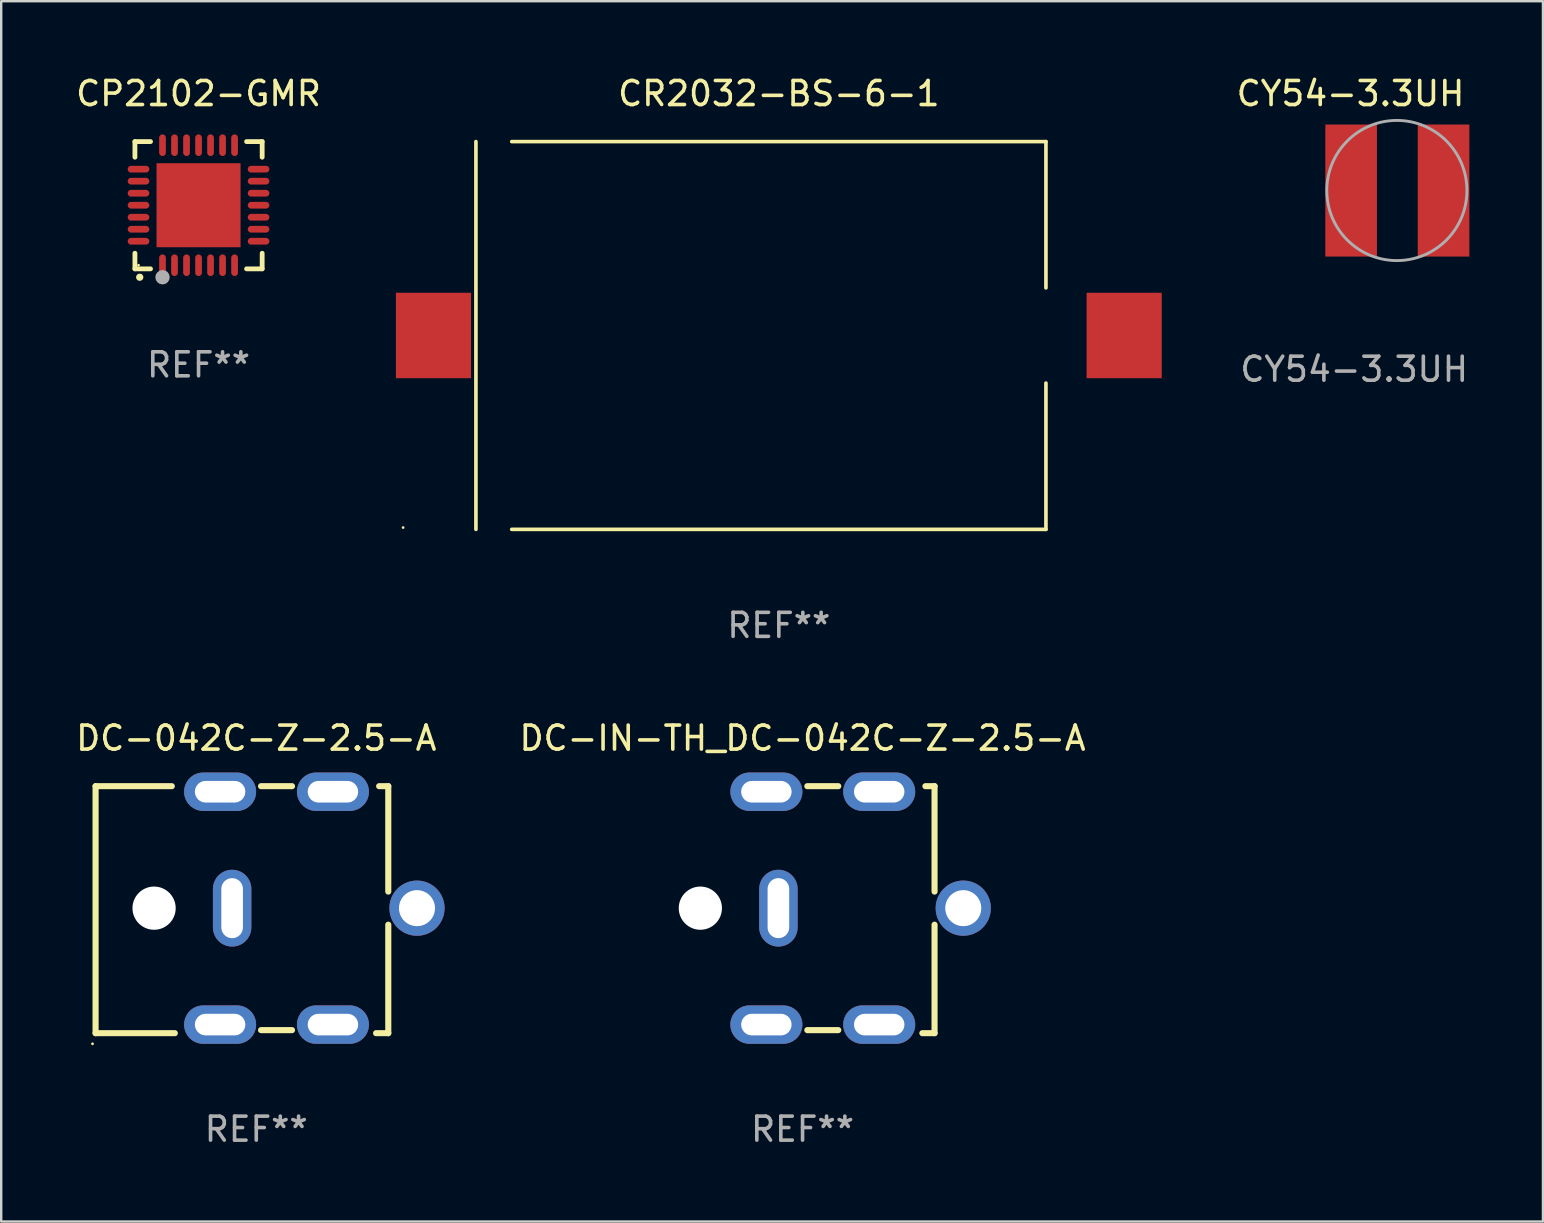
<source format=kicad_pcb>
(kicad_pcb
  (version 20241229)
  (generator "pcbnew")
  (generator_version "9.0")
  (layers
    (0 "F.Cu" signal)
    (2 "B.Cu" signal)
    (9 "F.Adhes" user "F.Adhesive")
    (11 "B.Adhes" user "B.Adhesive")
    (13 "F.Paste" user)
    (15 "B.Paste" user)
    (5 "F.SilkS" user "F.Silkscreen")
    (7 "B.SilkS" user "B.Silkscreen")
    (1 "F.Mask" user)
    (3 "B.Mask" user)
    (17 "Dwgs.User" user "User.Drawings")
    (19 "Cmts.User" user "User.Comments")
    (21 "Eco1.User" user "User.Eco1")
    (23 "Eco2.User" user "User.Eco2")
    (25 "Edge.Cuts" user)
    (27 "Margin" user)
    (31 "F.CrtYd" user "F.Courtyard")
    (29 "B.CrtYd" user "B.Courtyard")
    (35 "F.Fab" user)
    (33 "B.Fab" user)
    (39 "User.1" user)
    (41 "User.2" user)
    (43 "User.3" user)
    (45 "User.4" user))
  (footprint "CR2032-BS-6-1"
    (layer "F.Cu")
    (at 29.391 10.924)
    (property "Reference" "CR2032-BS-6-1" (at 0 -10.076 0) (layer "F.SilkS") (effects (font (size 1 1) (thickness 0.15))))
    (attr through_hole)
    (fp_line (start -12.617 -8.076) (end -12.617 8.076) (stroke (width 0.152) (type solid)) (layer "F.SilkS"))
    (fp_line (start -11.126 -8.076) (end 11.126 -8.076) (stroke (width 0.152) (type solid)) (layer "F.SilkS"))
    (fp_line (start -11.126 8.076) (end 11.126 8.076) (stroke (width 0.152) (type solid)) (layer "F.SilkS"))
    (fp_line (start 11.126 -8.076) (end 11.126 -1.983) (stroke (width 0.152) (type solid)) (layer "F.SilkS"))
    (fp_line (start 11.126 8.076) (end 11.126 1.983) (stroke (width 0.152) (type solid)) (layer "F.SilkS"))
    (fp_circle (center -15.65 8) (end -15.62 8) (stroke (width 0.06) (type solid)) (fill no) (layer "F.SilkS"))
    (fp_text user "REF**" (at 0 12.076 0) (layer "F.Fab") (effects (font (size 1 1) (thickness 0.15))))
    (pad "1" smd rect (at 14.385 0) (size 3.13 3.56) (layers "F.Cu" "F.Mask" "F.Paste"))
    (pad "2" smd rect (at -14.385 0) (size 3.13 3.56) (layers "F.Cu" "F.Mask" "F.Paste")))
  (footprint "DC-042C-Z-2.5-A"
    (layer "F.Cu")
    (at 7.625 34.841)
    (property "Reference" "DC-042C-Z-2.5-A" (at 0 -7.144 0) (layer "F.SilkS") (effects (font (size 1 1) (thickness 0.15))))
    (attr through_hole)
    (fp_line (start -6.694 -5.144) (end -6.694 5.144) (stroke (width 0.254) (type solid)) (layer "F.SilkS"))
    (fp_line (start -6.694 5.144) (end -3.392 5.144) (stroke (width 0.254) (type solid)) (layer "F.SilkS"))
    (fp_line (start -3.519 -5.144) (end -6.694 -5.144) (stroke (width 0.254) (type solid)) (layer "F.SilkS"))
    (fp_line (start 0.198 -5.144) (end 1.488 -5.144) (stroke (width 0.254) (type solid)) (layer "F.SilkS"))
    (fp_line (start 0.198 5.017) (end 1.488 5.017) (stroke (width 0.254) (type solid)) (layer "F.SilkS"))
    (fp_line (start 5.117 -5.144) (end 5.498 -5.144) (stroke (width 0.254) (type solid)) (layer "F.SilkS"))
    (fp_line (start 5.498 -5.144) (end 5.498 -0.753) (stroke (width 0.254) (type solid)) (layer "F.SilkS"))
    (fp_line (start 5.498 0.626) (end 5.498 5.144) (stroke (width 0.254) (type solid)) (layer "F.SilkS"))
    (fp_line (start 5.498 5.144) (end 4.99 5.144) (stroke (width 0.254) (type solid)) (layer "F.SilkS"))
    (fp_circle (center -6.821 5.587) (end -6.791 5.587) (stroke (width 0.06) (type solid)) (fill no) (layer "F.SilkS"))
    (fp_text user "REF**" (at 0 9.144 0) (layer "F.Fab") (effects (font (size 1 1) (thickness 0.15))))
    (pad "" np_thru_hole circle (at -4.257 -0.063) (size 1.8 1.8) (drill 1.8) (layers "*.Cu" "*.Mask"))
    (pad "1" thru_hole oval (at -1.507 -4.913 90) (size 1.6 3) (drill oval 0.9 2.1) (layers "*.Cu" "*.Mask"))
    (pad "1" thru_hole oval (at -1.507 4.787 90) (size 1.6 3) (drill oval 0.9 2.1) (layers "*.Cu" "*.Mask"))
    (pad "1" thru_hole oval (at 3.193 -4.913 90) (size 1.6 3) (drill oval 0.9 2.1) (layers "*.Cu" "*.Mask"))
    (pad "1" thru_hole oval (at 3.193 4.787 90) (size 1.6 3) (drill oval 0.9 2.1) (layers "*.Cu" "*.Mask"))
    (pad "2" thru_hole oval (at -1.006 -0.063 90) (size 3.2 1.6) (drill oval 2.5 0.9) (layers "*.Cu" "*.Mask"))
    (pad "3" thru_hole circle (at 6.694 -0.063) (size 2.3 2.3) (drill 1.5) (layers "*.Cu" "*.Mask")))
  (footprint "CY54-3.3UH"
    (layer "F.Cu")
    (at 53.229 4.887)
    (property "Reference" "CY54-3.3UH" (at -0.025 -4.039 0) (unlocked yes) (layer "F.SilkS") (effects (font (size 1 1) (thickness 0.15))))
    (attr smd)
    (fp_circle (center 1.905 -0.002) (end 4.824 -0.002) (stroke (width 0.12) (type solid)) (fill no) (layer "F.Fab"))
    (fp_text user "${REFERENCE}" (at 0.127 7.444 0) (unlocked yes) (layer "F.Fab") (effects (font (size 1 1) (thickness 0.15))))
    (pad "1" smd rect (at 0 0) (size 2.15 5.5) (layers "F.Cu" "F.Mask" "F.Paste"))
    (pad "2" smd rect (at 3.85 0) (size 2.15 5.5) (layers "F.Cu" "F.Mask" "F.Paste")))
  (footprint "CP2102-GMR"
    (layer "F.Cu")
    (at 5.22 5.498)
    (property "Reference" "CP2102-GMR" (at 0 -4.65 0) (layer "F.SilkS") (effects (font (size 1 1) (thickness 0.15))))
    (attr through_hole)
    (fp_line (start -2.65 -2.65) (end -2.65 -2) (stroke (width 0.2) (type solid)) (layer "F.SilkS"))
    (fp_line (start -2.65 2.65) (end -2.65 2) (stroke (width 0.2) (type solid)) (layer "F.SilkS"))
    (fp_line (start -2 -2.65) (end -2.65 -2.65) (stroke (width 0.2) (type solid)) (layer "F.SilkS"))
    (fp_line (start -2 2.65) (end -2.65 2.65) (stroke (width 0.2) (type solid)) (layer "F.SilkS"))
    (fp_line (start 2 2.65) (end 2.65 2.65) (stroke (width 0.2) (type solid)) (layer "F.SilkS"))
    (fp_line (start 2.65 -2.65) (end 2 -2.65) (stroke (width 0.2) (type solid)) (layer "F.SilkS"))
    (fp_line (start 2.65 -2) (end 2.65 -2.65) (stroke (width 0.2) (type solid)) (layer "F.SilkS"))
    (fp_line (start 2.65 2.65) (end 2.65 2) (stroke (width 0.2) (type solid)) (layer "F.SilkS"))
    (fp_arc (start -2.451105 2.999746) (mid -2.449835 2.999741) (end -2.448565 2.999746) (stroke (width 0.3) (type solid)) (layer "F.SilkS"))
    (fp_circle (center -2.5 2.5) (end -2.47 2.5) (stroke (width 0.06) (type solid)) (fill no) (layer "F.SilkS"))
    (fp_circle (center -1.5 3) (end -1.35 3) (stroke (width 0.3) (type solid)) (fill no) (layer "F.Fab"))
    (fp_text user "REF**" (at 0 6.65 0) (layer "F.Fab") (effects (font (size 1 1) (thickness 0.15))))
    (pad "1" smd oval (at -1.501 2.5 180) (size 0.28 0.9) (layers "F.Cu" "F.Mask" "F.Paste"))
    (pad "2" smd oval (at -1.001 2.5 180) (size 0.28 0.9) (layers "F.Cu" "F.Mask" "F.Paste"))
    (pad "3" smd oval (at -0.5 2.5 180) (size 0.28 0.9) (layers "F.Cu" "F.Mask" "F.Paste"))
    (pad "4" smd oval (at 0.000076 2.5 180) (size 0.28 0.9) (layers "F.Cu" "F.Mask" "F.Paste"))
    (pad "5" smd oval (at 0.5 2.5 180) (size 0.28 0.9) (layers "F.Cu" "F.Mask" "F.Paste"))
    (pad "6" smd oval (at 1.001 2.5 180) (size 0.28 0.9) (layers "F.Cu" "F.Mask" "F.Paste"))
    (pad "7" smd oval (at 1.501 2.5 180) (size 0.28 0.9) (layers "F.Cu" "F.Mask" "F.Paste"))
    (pad "8" smd oval (at 2.5 1.501 90) (size 0.28 0.9) (layers "F.Cu" "F.Mask" "F.Paste"))
    (pad "9" smd oval (at 2.5 1.001 90) (size 0.28 0.9) (layers "F.Cu" "F.Mask" "F.Paste"))
    (pad "10" smd oval (at 2.5 0.5 90) (size 0.28 0.9) (layers "F.Cu" "F.Mask" "F.Paste"))
    (pad "11" smd oval (at 2.5 0.000076 90) (size 0.28 0.9) (layers "F.Cu" "F.Mask" "F.Paste"))
    (pad "12" smd oval (at 2.5 -0.5 90) (size 0.28 0.9) (layers "F.Cu" "F.Mask" "F.Paste"))
    (pad "13" smd oval (at 2.5 -1.001 90) (size 0.28 0.9) (layers "F.Cu" "F.Mask" "F.Paste"))
    (pad "14" smd oval (at 2.5 -1.501 90) (size 0.28 0.9) (layers "F.Cu" "F.Mask" "F.Paste"))
    (pad "15" smd oval (at 1.501 -2.5 180) (size 0.28 0.9) (layers "F.Cu" "F.Mask" "F.Paste"))
    (pad "16" smd oval (at 1.001 -2.5 180) (size 0.28 0.9) (layers "F.Cu" "F.Mask" "F.Paste"))
    (pad "17" smd oval (at 0.5 -2.5 180) (size 0.28 0.9) (layers "F.Cu" "F.Mask" "F.Paste"))
    (pad "18" smd oval (at 0.000076 -2.5 180) (size 0.28 0.9) (layers "F.Cu" "F.Mask" "F.Paste"))
    (pad "19" smd oval (at -0.5 -2.5 180) (size 0.28 0.9) (layers "F.Cu" "F.Mask" "F.Paste"))
    (pad "20" smd oval (at -1.001 -2.5 180) (size 0.28 0.9) (layers "F.Cu" "F.Mask" "F.Paste"))
    (pad "21" smd oval (at -1.501 -2.5 180) (size 0.28 0.9) (layers "F.Cu" "F.Mask" "F.Paste"))
    (pad "22" smd oval (at -2.5 -1.501 90) (size 0.28 0.9) (layers "F.Cu" "F.Mask" "F.Paste"))
    (pad "23" smd oval (at -2.5 -1.001 90) (size 0.28 0.9) (layers "F.Cu" "F.Mask" "F.Paste"))
    (pad "24" smd oval (at -2.5 -0.5 90) (size 0.28 0.9) (layers "F.Cu" "F.Mask" "F.Paste"))
    (pad "25" smd oval (at -2.5 0.000076 90) (size 0.28 0.9) (layers "F.Cu" "F.Mask" "F.Paste"))
    (pad "26" smd oval (at -2.5 0.5 90) (size 0.28 0.9) (layers "F.Cu" "F.Mask" "F.Paste"))
    (pad "27" smd oval (at -2.5 1.001 90) (size 0.28 0.9) (layers "F.Cu" "F.Mask" "F.Paste"))
    (pad "28" smd oval (at -2.5 1.501 90) (size 0.28 0.9) (layers "F.Cu" "F.Mask" "F.Paste"))
    (pad "29" smd rect (at 0.000076 0.000076 90) (size 3.5 3.5) (layers "F.Cu" "F.Mask" "F.Paste")))
  (footprint "DC-IN-TH_DC-042C-Z-2.5-A"
    (layer "F.Cu")
    (at 30.379 34.841)
    (property "Reference" "DC-IN-TH_DC-042C-Z-2.5-A" (at 0 -7.144 0) (layer "F.SilkS") (effects (font (size 1 1) (thickness 0.15))))
    (attr through_hole)
    (fp_line (start 0.198 -5.144) (end 1.488 -5.144) (stroke (width 0.254) (type solid)) (layer "F.SilkS"))
    (fp_line (start 0.198 5.017) (end 1.488 5.017) (stroke (width 0.254) (type solid)) (layer "F.SilkS"))
    (fp_line (start 5.117 -5.144) (end 5.498 -5.144) (stroke (width 0.254) (type solid)) (layer "F.SilkS"))
    (fp_line (start 5.498 -5.144) (end 5.498 -0.753) (stroke (width 0.254) (type solid)) (layer "F.SilkS"))
    (fp_line (start 5.498 0.626) (end 5.498 5.144) (stroke (width 0.254) (type solid)) (layer "F.SilkS"))
    (fp_line (start 5.498 5.144) (end 4.99 5.144) (stroke (width 0.254) (type solid)) (layer "F.SilkS"))
    (fp_text user "REF**" (at 0 9.144 0) (layer "F.Fab") (effects (font (size 1 1) (thickness 0.15))))
    (pad "" np_thru_hole circle (at -4.257 -0.063) (size 1.8 1.8) (drill 1.8) (layers "*.Cu" "*.Mask"))
    (pad "1" thru_hole oval (at -1.507 -4.913 90) (size 1.6 3) (drill oval 0.9 2.1) (layers "*.Cu" "*.Mask"))
    (pad "1" thru_hole oval (at -1.507 4.787 90) (size 1.6 3) (drill oval 0.9 2.1) (layers "*.Cu" "*.Mask"))
    (pad "1" thru_hole oval (at 3.193 -4.913 90) (size 1.6 3) (drill oval 0.9 2.1) (layers "*.Cu" "*.Mask"))
    (pad "1" thru_hole oval (at 3.193 4.787 90) (size 1.6 3) (drill oval 0.9 2.1) (layers "*.Cu" "*.Mask"))
    (pad "2" thru_hole oval (at -1.006 -0.063 90) (size 3.2 1.6) (drill oval 2.5 0.9) (layers "*.Cu" "*.Mask"))
    (pad "3" thru_hole circle (at 6.694 -0.063) (size 2.3 2.3) (drill 1.5) (layers "*.Cu" "*.Mask")))
  (gr_rect
    (start -3 -3)
    (end 61.219 47.832)
    (stroke (width 0.1) (type default))
    (fill no)
    (layer "Edge.Cuts")))
</source>
